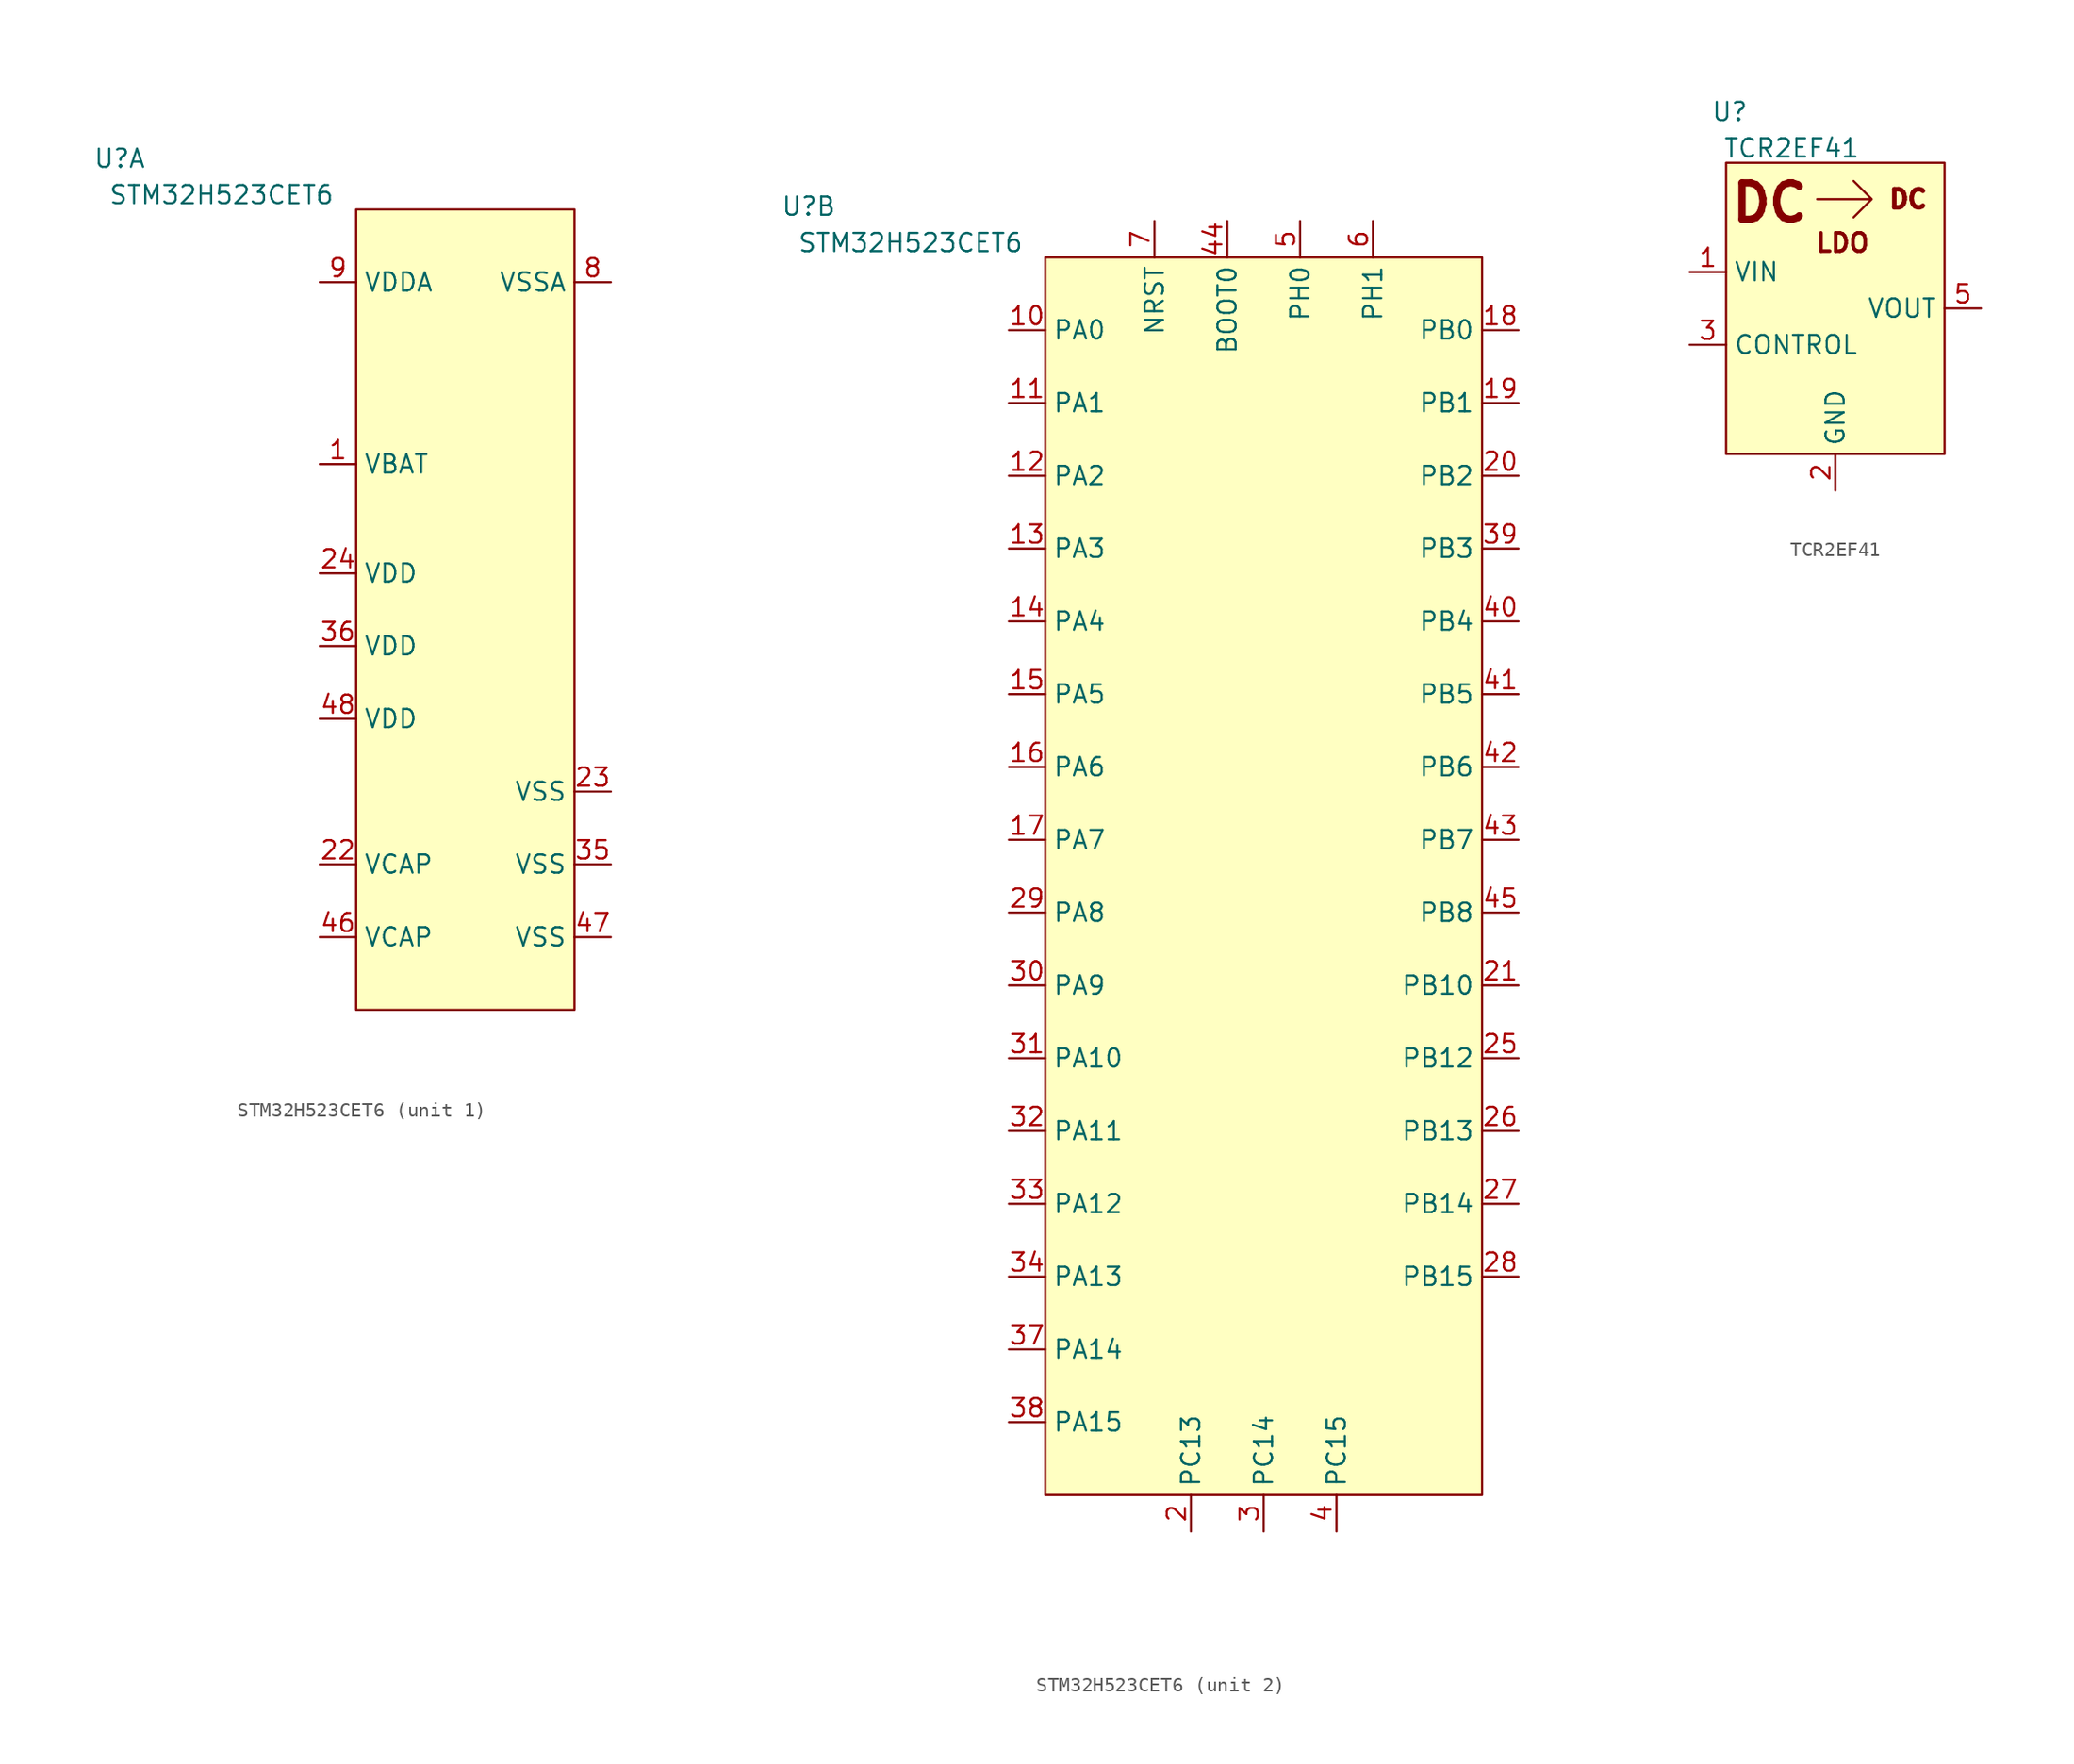
<source format=kicad_sym>
(kicad_symbol_lib
  (version 20241209)
  (generator "kicad_symbol_editor")
  (generator_version "9.0")
  (symbol "STM32H523CET6"
    (property "Reference" "U"
      (at -16.51 3.556 0)
      (effects (font (size 1.27 1.27))))
    (property "Value" "STM32H523CET6"
      (at -9.398 1.016 0)
      (effects (font (size 1.27 1.27))))
    (property "ki_locked" ""
      (at 0 0 0)
      (effects (font (size 1.27 1.27))))
    (symbol "STM32H523CET6_1_1"
      (rectangle (start 0 0) (end 15.24 -55.88) (stroke (width 0) (type solid)) (fill (type background)))
      (pin power_in line (at -2.54 -5.08 0) (length 2.54) (name "VDDA" (effects (font (size 1.27 1.27)))) (number "9" (effects (font (size 1.27 1.27)))))
      (pin power_in line (at -2.54 -17.78 0) (length 2.54) (name "VBAT" (effects (font (size 1.27 1.27)))) (number "1" (effects (font (size 1.27 1.27)))))
      (pin power_in line (at -2.54 -25.4 0) (length 2.54) (name "VDD" (effects (font (size 1.27 1.27)))) (number "24" (effects (font (size 1.27 1.27)))))
      (pin power_in line (at -2.54 -30.48 0) (length 2.54) (name "VDD" (effects (font (size 1.27 1.27)))) (number "36" (effects (font (size 1.27 1.27)))))
      (pin power_in line (at -2.54 -35.56 0) (length 2.54) (name "VDD" (effects (font (size 1.27 1.27)))) (number "48" (effects (font (size 1.27 1.27)))))
      (pin power_in line (at -2.54 -45.72 0) (length 2.54) (name "VCAP" (effects (font (size 1.27 1.27)))) (number "22" (effects (font (size 1.27 1.27)))))
      (pin power_in line (at -2.54 -50.8 0) (length 2.54) (name "VCAP" (effects (font (size 1.27 1.27)))) (number "46" (effects (font (size 1.27 1.27)))))
      (pin passive line (at 17.78 -5.08 180) (length 2.54) (name "VSSA" (effects (font (size 1.27 1.27)))) (number "8" (effects (font (size 1.27 1.27)))))
      (pin passive line (at 17.78 -40.64 180) (length 2.54) (name "VSS" (effects (font (size 1.27 1.27)))) (number "23" (effects (font (size 1.27 1.27)))))
      (pin passive line (at 17.78 -45.72 180) (length 2.54) (name "VSS" (effects (font (size 1.27 1.27)))) (number "35" (effects (font (size 1.27 1.27)))))
      (pin passive line (at 17.78 -50.8 180) (length 2.54) (name "VSS" (effects (font (size 1.27 1.27)))) (number "47" (effects (font (size 1.27 1.27))))))
    (symbol "STM32H523CET6_2_1"
      (rectangle (start 0 0) (end 30.48 -86.36) (stroke (width 0) (type solid)) (fill (type background)))
      (pin unspecified line (at -2.54 -5.08 0) (length 2.54) (name "PA0" (effects (font (size 1.27 1.27)))) (number "10" (effects (font (size 1.27 1.27)))))
      (pin unspecified line (at -2.54 -10.16 0) (length 2.54) (name "PA1" (effects (font (size 1.27 1.27)))) (number "11" (effects (font (size 1.27 1.27)))))
      (pin unspecified line (at -2.54 -15.24 0) (length 2.54) (name "PA2" (effects (font (size 1.27 1.27)))) (number "12" (effects (font (size 1.27 1.27)))))
      (pin unspecified line (at -2.54 -20.32 0) (length 2.54) (name "PA3" (effects (font (size 1.27 1.27)))) (number "13" (effects (font (size 1.27 1.27)))))
      (pin unspecified line (at -2.54 -25.4 0) (length 2.54) (name "PA4" (effects (font (size 1.27 1.27)))) (number "14" (effects (font (size 1.27 1.27)))))
      (pin unspecified line (at -2.54 -30.48 0) (length 2.54) (name "PA5" (effects (font (size 1.27 1.27)))) (number "15" (effects (font (size 1.27 1.27)))))
      (pin unspecified line (at -2.54 -35.56 0) (length 2.54) (name "PA6" (effects (font (size 1.27 1.27)))) (number "16" (effects (font (size 1.27 1.27)))))
      (pin unspecified line (at -2.54 -40.64 0) (length 2.54) (name "PA7" (effects (font (size 1.27 1.27)))) (number "17" (effects (font (size 1.27 1.27)))))
      (pin unspecified line (at -2.54 -45.72 0) (length 2.54) (name "PA8" (effects (font (size 1.27 1.27)))) (number "29" (effects (font (size 1.27 1.27)))))
      (pin unspecified line (at -2.54 -50.8 0) (length 2.54) (name "PA9" (effects (font (size 1.27 1.27)))) (number "30" (effects (font (size 1.27 1.27)))))
      (pin unspecified line (at -2.54 -55.88 0) (length 2.54) (name "PA10" (effects (font (size 1.27 1.27)))) (number "31" (effects (font (size 1.27 1.27)))))
      (pin unspecified line (at -2.54 -60.96 0) (length 2.54) (name "PA11" (effects (font (size 1.27 1.27)))) (number "32" (effects (font (size 1.27 1.27)))))
      (pin unspecified line (at -2.54 -66.04 0) (length 2.54) (name "PA12" (effects (font (size 1.27 1.27)))) (number "33" (effects (font (size 1.27 1.27)))))
      (pin unspecified line (at -2.54 -71.12 0) (length 2.54) (name "PA13" (effects (font (size 1.27 1.27)))) (number "34" (effects (font (size 1.27 1.27)))))
      (pin unspecified line (at -2.54 -76.2 0) (length 2.54) (name "PA14" (effects (font (size 1.27 1.27)))) (number "37" (effects (font (size 1.27 1.27)))))
      (pin unspecified line (at -2.54 -81.28 0) (length 2.54) (name "PA15" (effects (font (size 1.27 1.27)))) (number "38" (effects (font (size 1.27 1.27)))))
      (pin input line (at 7.62 2.54 270) (length 2.54) (name "NRST" (effects (font (size 1.27 1.27)))) (number "7" (effects (font (size 1.27 1.27)))))
      (pin unspecified line (at 10.16 -88.9 90) (length 2.54) (name "PC13" (effects (font (size 1.27 1.27)))) (number "2" (effects (font (size 1.27 1.27)))))
      (pin input line (at 12.7 2.54 270) (length 2.54) (name "BOOT0" (effects (font (size 1.27 1.27)))) (number "44" (effects (font (size 1.27 1.27)))))
      (pin unspecified line (at 15.24 -88.9 90) (length 2.54) (name "PC14" (effects (font (size 1.27 1.27)))) (number "3" (effects (font (size 1.27 1.27)))))
      (pin unspecified line (at 17.78 2.54 270) (length 2.54) (name "PH0" (effects (font (size 1.27 1.27)))) (number "5" (effects (font (size 1.27 1.27)))))
      (pin unspecified line (at 20.32 -88.9 90) (length 2.54) (name "PC15" (effects (font (size 1.27 1.27)))) (number "4" (effects (font (size 1.27 1.27)))))
      (pin unspecified line (at 22.86 2.54 270) (length 2.54) (name "PH1" (effects (font (size 1.27 1.27)))) (number "6" (effects (font (size 1.27 1.27)))))
      (pin unspecified line (at 33.02 -5.08 180) (length 2.54) (name "PB0" (effects (font (size 1.27 1.27)))) (number "18" (effects (font (size 1.27 1.27)))))
      (pin unspecified line (at 33.02 -10.16 180) (length 2.54) (name "PB1" (effects (font (size 1.27 1.27)))) (number "19" (effects (font (size 1.27 1.27)))))
      (pin unspecified line (at 33.02 -15.24 180) (length 2.54) (name "PB2" (effects (font (size 1.27 1.27)))) (number "20" (effects (font (size 1.27 1.27)))))
      (pin unspecified line (at 33.02 -20.32 180) (length 2.54) (name "PB3" (effects (font (size 1.27 1.27)))) (number "39" (effects (font (size 1.27 1.27)))))
      (pin unspecified line (at 33.02 -25.4 180) (length 2.54) (name "PB4" (effects (font (size 1.27 1.27)))) (number "40" (effects (font (size 1.27 1.27)))))
      (pin unspecified line (at 33.02 -30.48 180) (length 2.54) (name "PB5" (effects (font (size 1.27 1.27)))) (number "41" (effects (font (size 1.27 1.27)))))
      (pin unspecified line (at 33.02 -35.56 180) (length 2.54) (name "PB6" (effects (font (size 1.27 1.27)))) (number "42" (effects (font (size 1.27 1.27)))))
      (pin unspecified line (at 33.02 -40.64 180) (length 2.54) (name "PB7" (effects (font (size 1.27 1.27)))) (number "43" (effects (font (size 1.27 1.27)))))
      (pin unspecified line (at 33.02 -45.72 180) (length 2.54) (name "PB8" (effects (font (size 1.27 1.27)))) (number "45" (effects (font (size 1.27 1.27)))))
      (pin unspecified line (at 33.02 -50.8 180) (length 2.54) (name "PB10" (effects (font (size 1.27 1.27)))) (number "21" (effects (font (size 1.27 1.27)))))
      (pin unspecified line (at 33.02 -55.88 180) (length 2.54) (name "PB12" (effects (font (size 1.27 1.27)))) (number "25" (effects (font (size 1.27 1.27)))))
      (pin unspecified line (at 33.02 -60.96 180) (length 2.54) (name "PB13" (effects (font (size 1.27 1.27)))) (number "26" (effects (font (size 1.27 1.27)))))
      (pin unspecified line (at 33.02 -66.04 180) (length 2.54) (name "PB14" (effects (font (size 1.27 1.27)))) (number "27" (effects (font (size 1.27 1.27)))))
      (pin unspecified line (at 33.02 -71.12 180) (length 2.54) (name "PB15" (effects (font (size 1.27 1.27)))) (number "28" (effects (font (size 1.27 1.27)))))))
  (symbol "TCR2EF41"
    (property "Reference" "U"
      (at 0.254 3.556 0)
      (effects (font (size 1.27 1.27))))
    (property "Value" "TCR2EF41"
      (at 4.572 1.016 0)
      (effects (font (size 1.27 1.27))))
    (symbol "TCR2EF41_1_1"
      (rectangle (start 0 0) (end 15.24 -20.32) (stroke (width 0) (type solid)) (fill (type background)))
      (polyline (pts (xy 6.35 -2.54) (xy 10.16 -2.54) (xy 8.89 -1.27) (xy 10.16 -2.54) (xy 8.89 -3.81)) (stroke (width 0) (type default)) (fill (type none)))
      (text "DC" (at 3.048 -2.794 0) (effects (font (size 2.54 2.54) (thickness 0.508) (bold yes))))
      (text "LDO" (at 8.128 -5.588 0) (effects (font (size 1.27 1.27) (thickness 0.254) (bold yes))))
      (text "DC" (at 12.7 -2.54 0) (effects (font (size 1.27 1.27) (thickness 0.508) (bold yes))))
      (pin power_in line (at -2.54 -7.62 0) (length 2.54) (name "VIN" (effects (font (size 1.27 1.27)))) (number "1" (effects (font (size 1.27 1.27)))))
      (pin input line (at -2.54 -12.7 0) (length 2.54) (name "CONTROL" (effects (font (size 1.27 1.27)))) (number "3" (effects (font (size 1.27 1.27)))))
      (pin passive line (at 7.62 -22.86 90) (length 2.54) (name "GND" (effects (font (size 1.27 1.27)))) (number "2" (effects (font (size 1.27 1.27)))))
      (pin power_out line (at 17.78 -10.16 180) (length 2.54) (name "VOUT" (effects (font (size 1.27 1.27)))) (number "5" (effects (font (size 1.27 1.27)))))
      (pin no_connect line (at 17.78 -19.05 90) (length 2.54) (hide yes) (name "NC" (effects (font (size 1.27 1.27)))) (number "4" (effects (font (size 1.27 1.27))))))))
</source>
